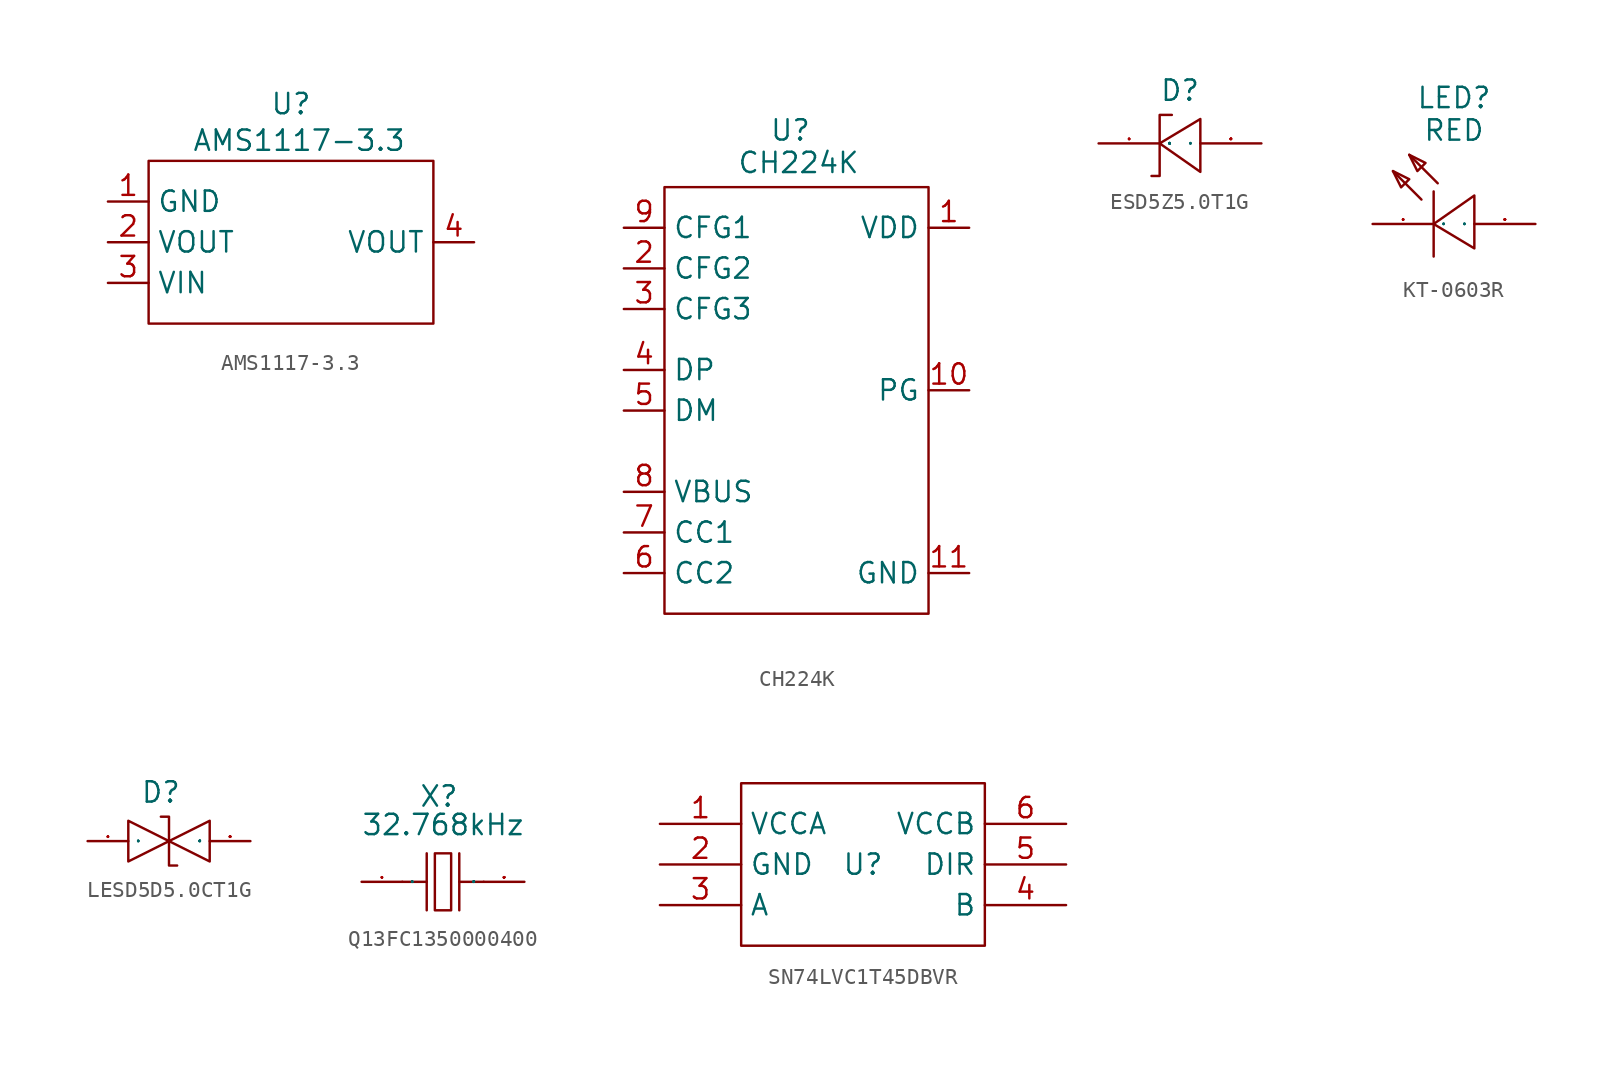
<source format=kicad_sym>
(kicad_symbol_lib
  (version 20241209)
  (generator "kicad_symbol_editor")
  (generator_version "9.0")
  (symbol "AMS1117-3.3"
    (property "Reference" "U"
      (at 0 8.636 0)
      (effects (font (size 1.27 1.27))))
    (property "Value" "AMS1117-3.3"
      (at 0.508 6.35 0)
      (effects (font (size 1.27 1.27))))
    (symbol "AMS1117-3.3_1_0"
      (rectangle (start -8.89 5.08) (end 8.89 -5.08) (stroke (width 0) (type default)) (fill (type none)))
      (pin unspecified line (at -11.43 2.54 0) (length 2.54) (name "GND" (effects (font (size 1.27 1.27)))) (number "1" (effects (font (size 1.27 1.27)))))
      (pin unspecified line (at -11.43 0 0) (length 2.54) (name "VOUT" (effects (font (size 1.27 1.27)))) (number "2" (effects (font (size 1.27 1.27)))))
      (pin unspecified line (at -11.43 -2.54 0) (length 2.54) (name "VIN" (effects (font (size 1.27 1.27)))) (number "3" (effects (font (size 1.27 1.27)))))
      (pin unspecified line (at 11.43 0 180) (length 2.54) (name "VOUT" (effects (font (size 1.27 1.27)))) (number "4" (effects (font (size 1.27 1.27)))))))
  (symbol "CH224K"
    (property "Reference" "U"
      (at -1.016 16.256 0)
      (effects (font (size 1.27 1.27))))
    (property "Value" "CH224K"
      (at -0.508 14.224 0)
      (effects (font (size 1.27 1.27))))
    (symbol "CH224K_1_0"
      (rectangle (start -8.89 -13.97) (end 7.62 12.7) (stroke (width 0) (type default)) (fill (type none)))
      (pin unspecified line (at -11.43 10.16 0) (length 2.54) (name "CFG1" (effects (font (size 1.27 1.27)))) (number "9" (effects (font (size 1.27 1.27)))))
      (pin unspecified line (at -11.43 7.62 0) (length 2.54) (name "CFG2" (effects (font (size 1.27 1.27)))) (number "2" (effects (font (size 1.27 1.27)))))
      (pin unspecified line (at -11.43 5.08 0) (length 2.54) (name "CFG3" (effects (font (size 1.27 1.27)))) (number "3" (effects (font (size 1.27 1.27)))))
      (pin unspecified line (at -11.43 1.27 0) (length 2.54) (name "DP" (effects (font (size 1.27 1.27)))) (number "4" (effects (font (size 1.27 1.27)))))
      (pin unspecified line (at -11.43 -1.27 0) (length 2.54) (name "DM" (effects (font (size 1.27 1.27)))) (number "5" (effects (font (size 1.27 1.27)))))
      (pin unspecified line (at -11.43 -6.35 0) (length 2.54) (name "VBUS" (effects (font (size 1.27 1.27)))) (number "8" (effects (font (size 1.27 1.27)))))
      (pin unspecified line (at -11.43 -8.89 0) (length 2.54) (name "CC1" (effects (font (size 1.27 1.27)))) (number "7" (effects (font (size 1.27 1.27)))))
      (pin unspecified line (at -11.43 -11.43 0) (length 2.54) (name "CC2" (effects (font (size 1.27 1.27)))) (number "6" (effects (font (size 1.27 1.27)))))
      (pin unspecified line (at 10.16 10.16 180) (length 2.54) (name "VDD" (effects (font (size 1.27 1.27)))) (number "1" (effects (font (size 1.27 1.27)))))
      (pin unspecified line (at 10.16 0 180) (length 2.54) (name "PG" (effects (font (size 1.27 1.27)))) (number "10" (effects (font (size 1.27 1.27)))))
      (pin unspecified line (at 10.16 -11.43 180) (length 2.54) (name "GND" (effects (font (size 1.27 1.27)))) (number "11" (effects (font (size 1.27 1.27)))))))
  (symbol "ESD5Z5.0T1G"
    (property "Reference" "D"
      (at 0 3.302 0)
      (effects (font (size 1.27 1.27))))
    (property "Value" ""
      (at 0 0 0)
      (effects (font (size 1.27 1.27))))
    (symbol "ESD5Z5.0T1G_1_0"
      (polyline (pts (xy -1.778 -2.032) (xy -1.27 -2.032) (xy -1.27 -2.032) (xy -1.27 1.778) (xy -1.27 1.778) (xy -0.508 1.778)) (stroke (width 0) (type default)) (fill (type none)))
      (polyline (pts (xy 1.27 1.524) (xy -1.27 0) (xy -1.27 0) (xy 1.27 -1.778) (xy 1.27 -1.778) (xy 1.27 1.524)) (stroke (width 0) (type default)) (fill (type none)))
      (pin input line (at -5.08 0 0) (length 3.81) (name "C" (effects (font (size 0.025 0.025)))) (number "1" (effects (font (size 0.025 0.025)))))
      (pin input line (at 5.08 0 180) (length 3.81) (name "A" (effects (font (size 0.025 0.025)))) (number "2" (effects (font (size 0.025 0.025)))))))
  (symbol "KT-0603R"
    (property "Reference" "LED"
      (at 0 7.874 0)
      (effects (font (size 1.27 1.27))))
    (property "Value" "RED"
      (at 0 5.842 0)
      (effects (font (size 1.27 1.27))))
    (symbol "KT-0603R_1_0"
      (polyline (pts (xy -3.81 3.302) (xy -2.794 2.794) (xy -2.794 2.794) (xy -3.302 2.286) (xy -3.302 2.286) (xy -3.81 3.302)) (stroke (width 0) (type default)) (fill (type none)))
      (polyline (pts (xy -2.794 4.318) (xy -1.778 3.81) (xy -1.778 3.81) (xy -2.286 3.302) (xy -2.286 3.302) (xy -2.794 4.318)) (stroke (width 0) (type default)) (fill (type none)))
      (polyline (pts (xy -2.032 1.524) (xy -3.81 3.302)) (stroke (width 0) (type default)) (fill (type none)))
      (polyline (pts (xy -1.27 2.032) (xy -1.27 -2.032)) (stroke (width 0) (type default)) (fill (type none)))
      (polyline (pts (xy -1.016 2.54) (xy -2.794 4.318)) (stroke (width 0) (type default)) (fill (type none)))
      (polyline (pts (xy 1.27 -1.524) (xy -1.27 0) (xy -1.27 0) (xy 1.27 1.778) (xy 1.27 1.778) (xy 1.27 -1.524)) (stroke (width 0) (type default)) (fill (type none)))
      (pin unspecified line (at -5.08 0 0) (length 3.81) (name "K" (effects (font (size 0.025 0.025)))) (number "1" (effects (font (size 0.025 0.025)))))
      (pin unspecified line (at 5.08 0 180) (length 3.81) (name "A" (effects (font (size 0.025 0.025)))) (number "2" (effects (font (size 0.025 0.025)))))))
  (symbol "LESD5D5.0CT1G"
    (property "Reference" "D"
      (at -0.508 3.048 0)
      (effects (font (size 1.27 1.27))))
    (property "Value" ""
      (at 0 0 0)
      (effects (font (size 1.27 1.27))))
    (symbol "LESD5D5.0CT1G_1_0"
      (polyline (pts (xy -2.54 1.27) (xy 0 0) (xy 0 0) (xy -2.54 -1.27) (xy -2.54 -1.27) (xy -2.54 1.27)) (stroke (width 0) (type default)) (fill (type none)))
      (polyline (pts (xy -0.508 1.524) (xy -0.508 1.524) (xy -0.508 1.524) (xy 0 1.524) (xy 0 1.524) (xy 0 -1.524) (xy 0 -1.524) (xy 0.508 -1.524) (xy 0.508 -1.524) (xy 0.508 -1.524)) (stroke (width 0) (type default)) (fill (type none)))
      (polyline (pts (xy 2.54 1.27) (xy 0 0) (xy 0 0) (xy 2.54 -1.27) (xy 2.54 -1.27) (xy 2.54 1.27)) (stroke (width 0) (type default)) (fill (type none)))
      (pin unspecified line (at -5.08 0 0) (length 2.54) (name "1" (effects (font (size 0.025 0.025)))) (number "1" (effects (font (size 0.025 0.025)))))
      (pin unspecified line (at 5.08 0 180) (length 2.54) (name "2" (effects (font (size 0.025 0.025)))) (number "2" (effects (font (size 0.025 0.025)))))))
  (symbol "Q13FC1350000400"
    (property "Reference" "X"
      (at -0.254 5.334 0)
      (effects (font (size 1.27 1.27))))
    (property "Value" "32.768kHz"
      (at 0 3.556 0)
      (effects (font (size 1.27 1.27))))
    (symbol "Q13FC1350000400_1_0"
      (polyline (pts (xy -2.54 0) (xy -1.016 0)) (stroke (width 0) (type default)) (fill (type none)))
      (polyline (pts (xy -1.016 1.778) (xy -1.016 -1.778)) (stroke (width 0) (type default)) (fill (type none)))
      (rectangle (start -0.508 -1.778) (end 0.508 1.778) (stroke (width 0) (type default)) (fill (type none)))
      (polyline (pts (xy 1.016 1.778) (xy 1.016 -1.778)) (stroke (width 0) (type default)) (fill (type none)))
      (polyline (pts (xy 1.016 0) (xy 2.54 0)) (stroke (width 0) (type default)) (fill (type none)))
      (pin unspecified line (at -5.08 0 0) (length 2.54) (name "1" (effects (font (size 0.025 0.025)))) (number "1" (effects (font (size 0.025 0.025)))))
      (pin unspecified line (at 5.08 0 180) (length 2.54) (name "2" (effects (font (size 0.025 0.025)))) (number "2" (effects (font (size 0.025 0.025)))))))
  (symbol "SN74LVC1T45DBVR"
    (property "Reference" "U"
      (at 0 0 0)
      (effects (font (size 1.27 1.27))))
    (property "Value" ""
      (at 0 0 0)
      (effects (font (size 1.27 1.27))))
    (symbol "SN74LVC1T45DBVR_1_0"
      (rectangle (start -7.62 -5.08) (end 7.62 5.08) (stroke (width 0) (type default)) (fill (type none)))
      (pin unspecified line (at -12.7 2.54 0) (length 5.08) (name "VCCA" (effects (font (size 1.27 1.27)))) (number "1" (effects (font (size 1.27 1.27)))))
      (pin unspecified line (at -12.7 0 0) (length 5.08) (name "GND" (effects (font (size 1.27 1.27)))) (number "2" (effects (font (size 1.27 1.27)))))
      (pin unspecified line (at -12.7 -2.54 0) (length 5.08) (name "A" (effects (font (size 1.27 1.27)))) (number "3" (effects (font (size 1.27 1.27)))))
      (pin unspecified line (at 12.7 2.54 180) (length 5.08) (name "VCCB" (effects (font (size 1.27 1.27)))) (number "6" (effects (font (size 1.27 1.27)))))
      (pin unspecified line (at 12.7 0 180) (length 5.08) (name "DIR" (effects (font (size 1.27 1.27)))) (number "5" (effects (font (size 1.27 1.27)))))
      (pin unspecified line (at 12.7 -2.54 180) (length 5.08) (name "B" (effects (font (size 1.27 1.27)))) (number "4" (effects (font (size 1.27 1.27))))))))
</source>
